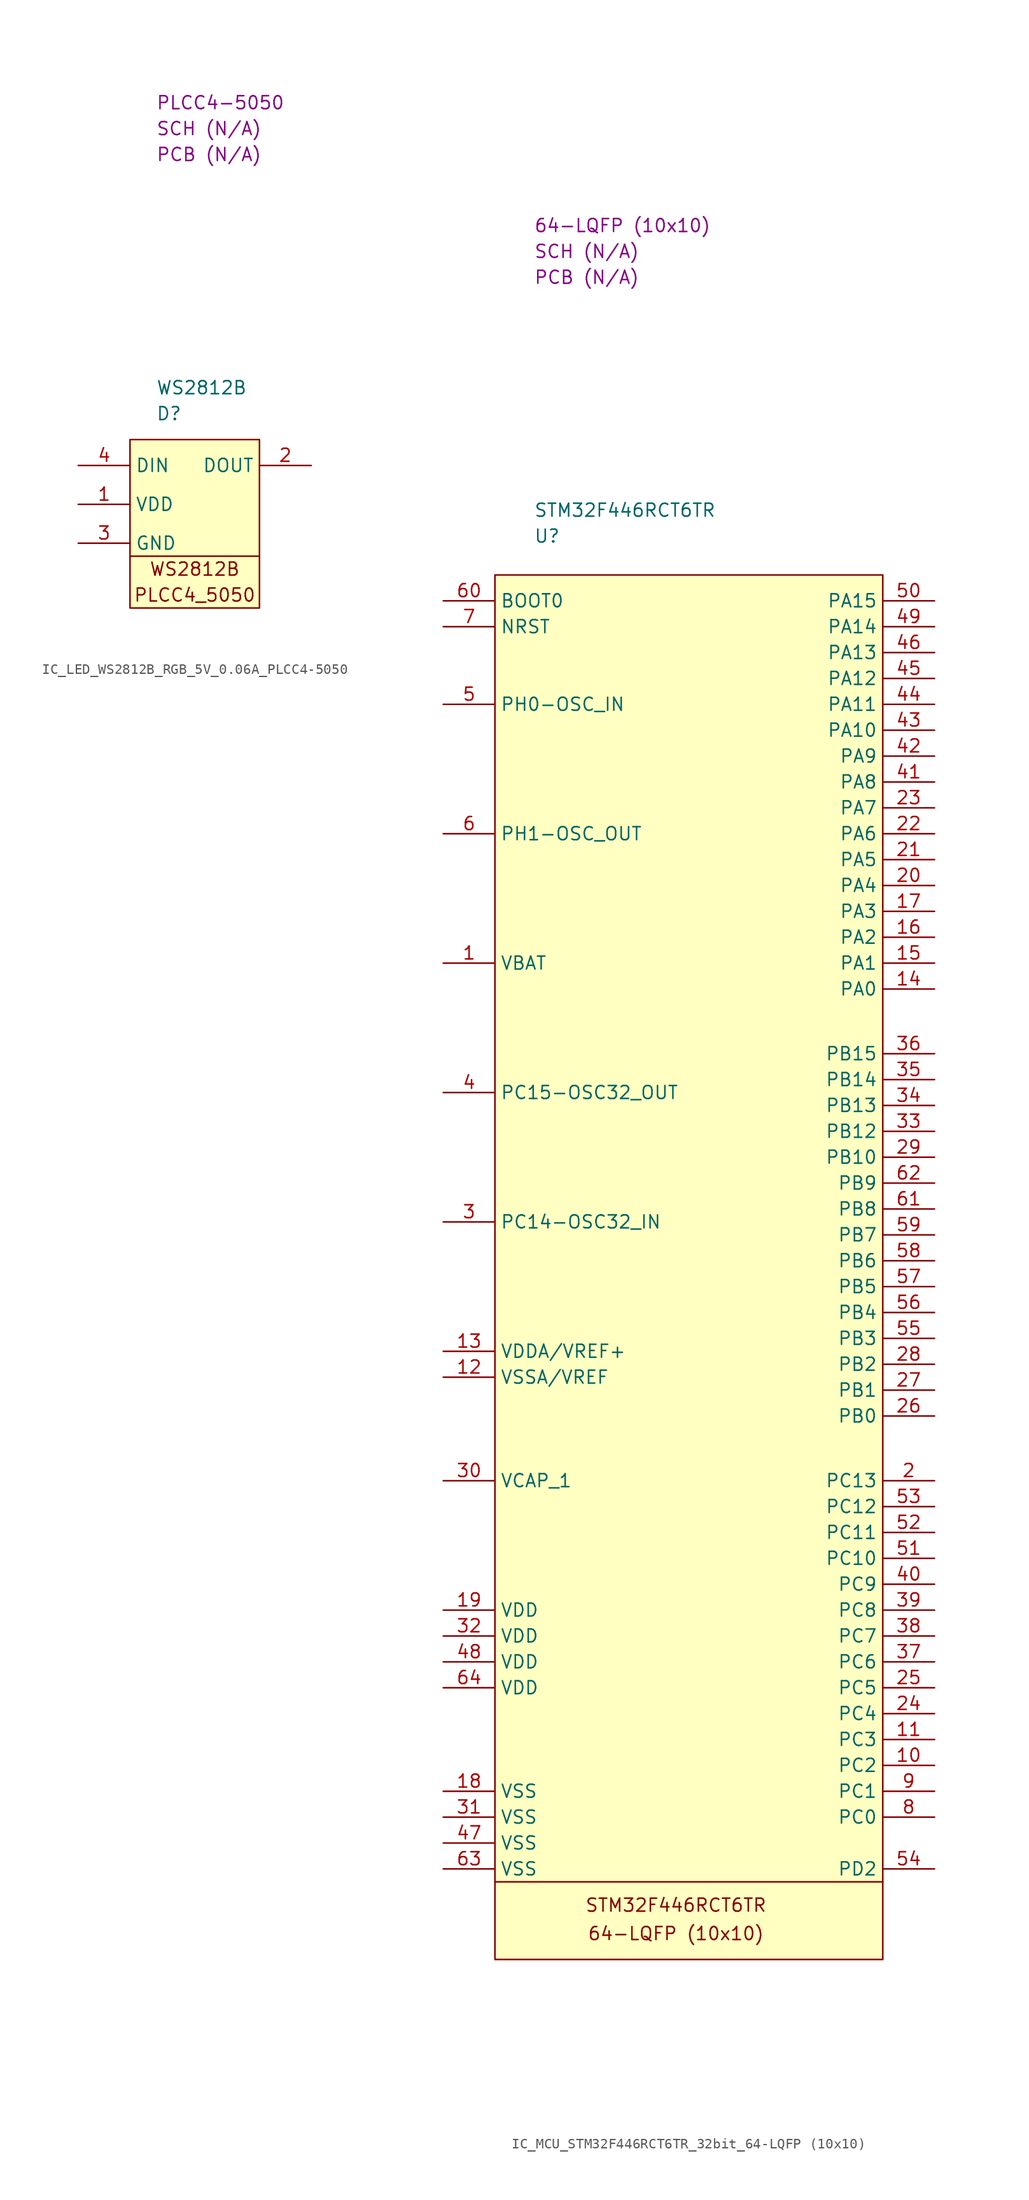
<source format=kicad_sym>
(kicad_symbol_lib
  (version 20220914)
  (generator kicad_symbol_editor)
  (symbol "IC_LED_WS2812B_RGB_5V_0.06A_PLCC4-5050"
    (property "Reference" "D"
      (at 2.54 2.54 0)
      (effects (font (size 1.27 1.27)) (justify left)))
    (property "Value" "WS2812B"
      (at 2.54 5.08 0)
      (effects (font (size 1.27 1.27)) (justify left)))
    (property "Package" "PLCC4-5050"
      (at 2.54 33.02 0)
      (effects (font (size 1.27 1.27)) (justify left)))
    (property "SCH CHECK" "SCH (N/A)"
      (at 2.54 30.48 0)
      (effects (font (size 1.27 1.27)) (justify left)))
    (property "PCB CHECk" "PCB (N/A)"
      (at 2.54 27.94 0)
      (effects (font (size 1.27 1.27)) (justify left)))
    (symbol "IC_LED_WS2812B_RGB_5V_0.06A_PLCC4-5050_0_0"
      (text "WS2812B" (at 6.35 -12.7 0) (effects (font (size 1.27 1.27)))))
    (symbol "IC_LED_WS2812B_RGB_5V_0.06A_PLCC4-5050_0_1"
      (polyline (pts (xy 0 -11.43) (xy 12.7 -11.43)) (stroke (width 0) (type default)) (fill (type none)))
      (rectangle (start 0 0) (end 12.7 -16.51) (stroke (width 0) (type default)) (fill (type background)))
      (text "PLCC4_5050" (at 6.35 -15.24 0) (effects (font (size 1.27 1.27)))))
    (symbol "IC_LED_WS2812B_RGB_5V_0.06A_PLCC4-5050_1_1"
      (pin passive line (at -5.08 -6.35 0) (length 5.08) (name "VDD" (effects (font (size 1.27 1.27)))) (number "1" (effects (font (size 1.27 1.27)))))
      (pin passive line (at 17.78 -2.54 180) (length 5.08) (name "DOUT" (effects (font (size 1.27 1.27)))) (number "2" (effects (font (size 1.27 1.27)))))
      (pin passive line (at -5.08 -10.16 0) (length 5.08) (name "GND" (effects (font (size 1.27 1.27)))) (number "3" (effects (font (size 1.27 1.27)))))
      (pin passive line (at -5.08 -2.54 0) (length 5.08) (name "DIN" (effects (font (size 1.27 1.27)))) (number "4" (effects (font (size 1.27 1.27)))))))
  (symbol "IC_MCU_STM32F446RCT6TR_32bit_64-LQFP (10x10)"
    (property "Reference" "U"
      (at 3.81 3.81 0)
      (effects (font (size 1.27 1.27)) (justify left)))
    (property "Value" "STM32F446RCT6TR"
      (at 3.81 6.35 0)
      (effects (font (size 1.27 1.27)) (justify left)))
    (property "Package" "64-LQFP (10x10)"
      (at 3.81 34.29 0)
      (effects (font (size 1.27 1.27)) (justify left)))
    (property "SCH CHECK" "SCH (N/A)"
      (at 3.81 31.75 0)
      (effects (font (size 1.27 1.27)) (justify left)))
    (property "PCB CHECk" "PCB (N/A)"
      (at 3.81 29.21 0)
      (effects (font (size 1.27 1.27)) (justify left)))
    (symbol "IC_MCU_STM32F446RCT6TR_32bit_64-LQFP (10x10)_0_0"
      (text "	\nSTM32F446RCT6TR" (at 17.78 -129.54 0) (effects (font (size 1.27 1.27))))
      (text "64-LQFP (10x10)" (at 17.78 -133.35 0) (effects (font (size 1.27 1.27)))))
    (symbol "IC_MCU_STM32F446RCT6TR_32bit_64-LQFP (10x10)_0_1"
      (polyline (pts (xy 0 -128.27) (xy 38.1 -128.27)) (stroke (width 0) (type default)) (fill (type none)))
      (rectangle (start 0 0) (end 38.1 -135.89) (stroke (width 0) (type default)) (fill (type background))))
    (symbol "IC_MCU_STM32F446RCT6TR_32bit_64-LQFP (10x10)_1_1"
      (pin passive line (at -5.08 -38.1 0) (length 5.08) (name "VBAT" (effects (font (size 1.27 1.27)))) (number "1" (effects (font (size 1.27 1.27)))))
      (pin passive line (at 43.18 -116.84 180) (length 5.08) (name "PC2" (effects (font (size 1.27 1.27)))) (number "10" (effects (font (size 1.27 1.27)))))
      (pin passive line (at 43.18 -114.3 180) (length 5.08) (name "PC3" (effects (font (size 1.27 1.27)))) (number "11" (effects (font (size 1.27 1.27)))))
      (pin passive line (at -5.08 -78.74 0) (length 5.08) (name "VSSA/VREF" (effects (font (size 1.27 1.27)))) (number "12" (effects (font (size 1.27 1.27)))))
      (pin passive line (at -5.08 -76.2 0) (length 5.08) (name "VDDA/VREF+" (effects (font (size 1.27 1.27)))) (number "13" (effects (font (size 1.27 1.27)))))
      (pin passive line (at 43.18 -40.64 180) (length 5.08) (name "PA0" (effects (font (size 1.27 1.27)))) (number "14" (effects (font (size 1.27 1.27)))))
      (pin passive line (at 43.18 -38.1 180) (length 5.08) (name "PA1" (effects (font (size 1.27 1.27)))) (number "15" (effects (font (size 1.27 1.27)))))
      (pin passive line (at 43.18 -35.56 180) (length 5.08) (name "PA2" (effects (font (size 1.27 1.27)))) (number "16" (effects (font (size 1.27 1.27)))))
      (pin passive line (at 43.18 -33.02 180) (length 5.08) (name "PA3" (effects (font (size 1.27 1.27)))) (number "17" (effects (font (size 1.27 1.27)))))
      (pin passive line (at -5.08 -119.38 0) (length 5.08) (name "VSS" (effects (font (size 1.27 1.27)))) (number "18" (effects (font (size 1.27 1.27)))))
      (pin passive line (at -5.08 -101.6 0) (length 5.08) (name "VDD" (effects (font (size 1.27 1.27)))) (number "19" (effects (font (size 1.27 1.27)))))
      (pin passive line (at 43.18 -88.9 180) (length 5.08) (name "PC13" (effects (font (size 1.27 1.27)))) (number "2" (effects (font (size 1.27 1.27)))))
      (pin passive line (at 43.18 -30.48 180) (length 5.08) (name "PA4" (effects (font (size 1.27 1.27)))) (number "20" (effects (font (size 1.27 1.27)))))
      (pin passive line (at 43.18 -27.94 180) (length 5.08) (name "PA5" (effects (font (size 1.27 1.27)))) (number "21" (effects (font (size 1.27 1.27)))))
      (pin passive line (at 43.18 -25.4 180) (length 5.08) (name "PA6" (effects (font (size 1.27 1.27)))) (number "22" (effects (font (size 1.27 1.27)))))
      (pin passive line (at 43.18 -22.86 180) (length 5.08) (name "PA7" (effects (font (size 1.27 1.27)))) (number "23" (effects (font (size 1.27 1.27)))))
      (pin passive line (at 43.18 -111.76 180) (length 5.08) (name "PC4" (effects (font (size 1.27 1.27)))) (number "24" (effects (font (size 1.27 1.27)))))
      (pin passive line (at 43.18 -109.22 180) (length 5.08) (name "PC5" (effects (font (size 1.27 1.27)))) (number "25" (effects (font (size 1.27 1.27)))))
      (pin passive line (at 43.18 -82.55 180) (length 5.08) (name "PB0" (effects (font (size 1.27 1.27)))) (number "26" (effects (font (size 1.27 1.27)))))
      (pin passive line (at 43.18 -80.01 180) (length 5.08) (name "PB1" (effects (font (size 1.27 1.27)))) (number "27" (effects (font (size 1.27 1.27)))))
      (pin passive line (at 43.18 -77.47 180) (length 5.08) (name "PB2" (effects (font (size 1.27 1.27)))) (number "28" (effects (font (size 1.27 1.27)))))
      (pin passive line (at 43.18 -57.15 180) (length 5.08) (name "PB10" (effects (font (size 1.27 1.27)))) (number "29" (effects (font (size 1.27 1.27)))))
      (pin passive line (at -5.08 -63.5 0) (length 5.08) (name "PC14-OSC32_IN" (effects (font (size 1.27 1.27)))) (number "3" (effects (font (size 1.27 1.27)))))
      (pin passive line (at -5.08 -88.9 0) (length 5.08) (name "VCAP_1" (effects (font (size 1.27 1.27)))) (number "30" (effects (font (size 1.27 1.27)))))
      (pin passive line (at -5.08 -121.92 0) (length 5.08) (name "VSS" (effects (font (size 1.27 1.27)))) (number "31" (effects (font (size 1.27 1.27)))))
      (pin passive line (at -5.08 -104.14 0) (length 5.08) (name "VDD" (effects (font (size 1.27 1.27)))) (number "32" (effects (font (size 1.27 1.27)))))
      (pin passive line (at 43.18 -54.61 180) (length 5.08) (name "PB12" (effects (font (size 1.27 1.27)))) (number "33" (effects (font (size 1.27 1.27)))))
      (pin passive line (at 43.18 -52.07 180) (length 5.08) (name "PB13" (effects (font (size 1.27 1.27)))) (number "34" (effects (font (size 1.27 1.27)))))
      (pin passive line (at 43.18 -49.53 180) (length 5.08) (name "PB14" (effects (font (size 1.27 1.27)))) (number "35" (effects (font (size 1.27 1.27)))))
      (pin passive line (at 43.18 -46.99 180) (length 5.08) (name "PB15" (effects (font (size 1.27 1.27)))) (number "36" (effects (font (size 1.27 1.27)))))
      (pin passive line (at 43.18 -106.68 180) (length 5.08) (name "PC6" (effects (font (size 1.27 1.27)))) (number "37" (effects (font (size 1.27 1.27)))))
      (pin passive line (at 43.18 -104.14 180) (length 5.08) (name "PC7" (effects (font (size 1.27 1.27)))) (number "38" (effects (font (size 1.27 1.27)))))
      (pin passive line (at 43.18 -101.6 180) (length 5.08) (name "PC8" (effects (font (size 1.27 1.27)))) (number "39" (effects (font (size 1.27 1.27)))))
      (pin passive line (at -5.08 -50.8 0) (length 5.08) (name "PC15-OSC32_OUT" (effects (font (size 1.27 1.27)))) (number "4" (effects (font (size 1.27 1.27)))))
      (pin passive line (at 43.18 -99.06 180) (length 5.08) (name "PC9" (effects (font (size 1.27 1.27)))) (number "40" (effects (font (size 1.27 1.27)))))
      (pin passive line (at 43.18 -20.32 180) (length 5.08) (name "PA8" (effects (font (size 1.27 1.27)))) (number "41" (effects (font (size 1.27 1.27)))))
      (pin passive line (at 43.18 -17.78 180) (length 5.08) (name "PA9" (effects (font (size 1.27 1.27)))) (number "42" (effects (font (size 1.27 1.27)))))
      (pin passive line (at 43.18 -15.24 180) (length 5.08) (name "PA10" (effects (font (size 1.27 1.27)))) (number "43" (effects (font (size 1.27 1.27)))))
      (pin passive line (at 43.18 -12.7 180) (length 5.08) (name "PA11" (effects (font (size 1.27 1.27)))) (number "44" (effects (font (size 1.27 1.27)))))
      (pin passive line (at 43.18 -10.16 180) (length 5.08) (name "PA12" (effects (font (size 1.27 1.27)))) (number "45" (effects (font (size 1.27 1.27)))))
      (pin passive line (at 43.18 -7.62 180) (length 5.08) (name "PA13" (effects (font (size 1.27 1.27)))) (number "46" (effects (font (size 1.27 1.27)))))
      (pin passive line (at -5.08 -124.46 0) (length 5.08) (name "VSS" (effects (font (size 1.27 1.27)))) (number "47" (effects (font (size 1.27 1.27)))))
      (pin passive line (at -5.08 -106.68 0) (length 5.08) (name "VDD" (effects (font (size 1.27 1.27)))) (number "48" (effects (font (size 1.27 1.27)))))
      (pin passive line (at 43.18 -5.08 180) (length 5.08) (name "PA14" (effects (font (size 1.27 1.27)))) (number "49" (effects (font (size 1.27 1.27)))))
      (pin passive line (at -5.08 -12.7 0) (length 5.08) (name "PH0-OSC_IN" (effects (font (size 1.27 1.27)))) (number "5" (effects (font (size 1.27 1.27)))))
      (pin passive line (at 43.18 -2.54 180) (length 5.08) (name "PA15" (effects (font (size 1.27 1.27)))) (number "50" (effects (font (size 1.27 1.27)))))
      (pin passive line (at 43.18 -96.52 180) (length 5.08) (name "PC10" (effects (font (size 1.27 1.27)))) (number "51" (effects (font (size 1.27 1.27)))))
      (pin passive line (at 43.18 -93.98 180) (length 5.08) (name "PC11" (effects (font (size 1.27 1.27)))) (number "52" (effects (font (size 1.27 1.27)))))
      (pin passive line (at 43.18 -91.44 180) (length 5.08) (name "PC12" (effects (font (size 1.27 1.27)))) (number "53" (effects (font (size 1.27 1.27)))))
      (pin passive line (at 43.18 -127 180) (length 5.08) (name "PD2" (effects (font (size 1.27 1.27)))) (number "54" (effects (font (size 1.27 1.27)))))
      (pin passive line (at 43.18 -74.93 180) (length 5.08) (name "PB3" (effects (font (size 1.27 1.27)))) (number "55" (effects (font (size 1.27 1.27)))))
      (pin passive line (at 43.18 -72.39 180) (length 5.08) (name "PB4" (effects (font (size 1.27 1.27)))) (number "56" (effects (font (size 1.27 1.27)))))
      (pin passive line (at 43.18 -69.85 180) (length 5.08) (name "PB5" (effects (font (size 1.27 1.27)))) (number "57" (effects (font (size 1.27 1.27)))))
      (pin passive line (at 43.18 -67.31 180) (length 5.08) (name "PB6" (effects (font (size 1.27 1.27)))) (number "58" (effects (font (size 1.27 1.27)))))
      (pin passive line (at 43.18 -64.77 180) (length 5.08) (name "PB7" (effects (font (size 1.27 1.27)))) (number "59" (effects (font (size 1.27 1.27)))))
      (pin passive line (at -5.08 -25.4 0) (length 5.08) (name "PH1-OSC_OUT" (effects (font (size 1.27 1.27)))) (number "6" (effects (font (size 1.27 1.27)))))
      (pin passive line (at -5.08 -2.54 0) (length 5.08) (name "BOOT0" (effects (font (size 1.27 1.27)))) (number "60" (effects (font (size 1.27 1.27)))))
      (pin passive line (at 43.18 -62.23 180) (length 5.08) (name "PB8" (effects (font (size 1.27 1.27)))) (number "61" (effects (font (size 1.27 1.27)))))
      (pin passive line (at 43.18 -59.69 180) (length 5.08) (name "PB9" (effects (font (size 1.27 1.27)))) (number "62" (effects (font (size 1.27 1.27)))))
      (pin passive line (at -5.08 -127 0) (length 5.08) (name "VSS" (effects (font (size 1.27 1.27)))) (number "63" (effects (font (size 1.27 1.27)))))
      (pin passive line (at -5.08 -109.22 0) (length 5.08) (name "VDD" (effects (font (size 1.27 1.27)))) (number "64" (effects (font (size 1.27 1.27)))))
      (pin passive line (at -5.08 -5.08 0) (length 5.08) (name "NRST" (effects (font (size 1.27 1.27)))) (number "7" (effects (font (size 1.27 1.27)))))
      (pin passive line (at 43.18 -121.92 180) (length 5.08) (name "PC0" (effects (font (size 1.27 1.27)))) (number "8" (effects (font (size 1.27 1.27)))))
      (pin passive line (at 43.18 -119.38 180) (length 5.08) (name "PC1" (effects (font (size 1.27 1.27)))) (number "9" (effects (font (size 1.27 1.27))))))))
</source>
